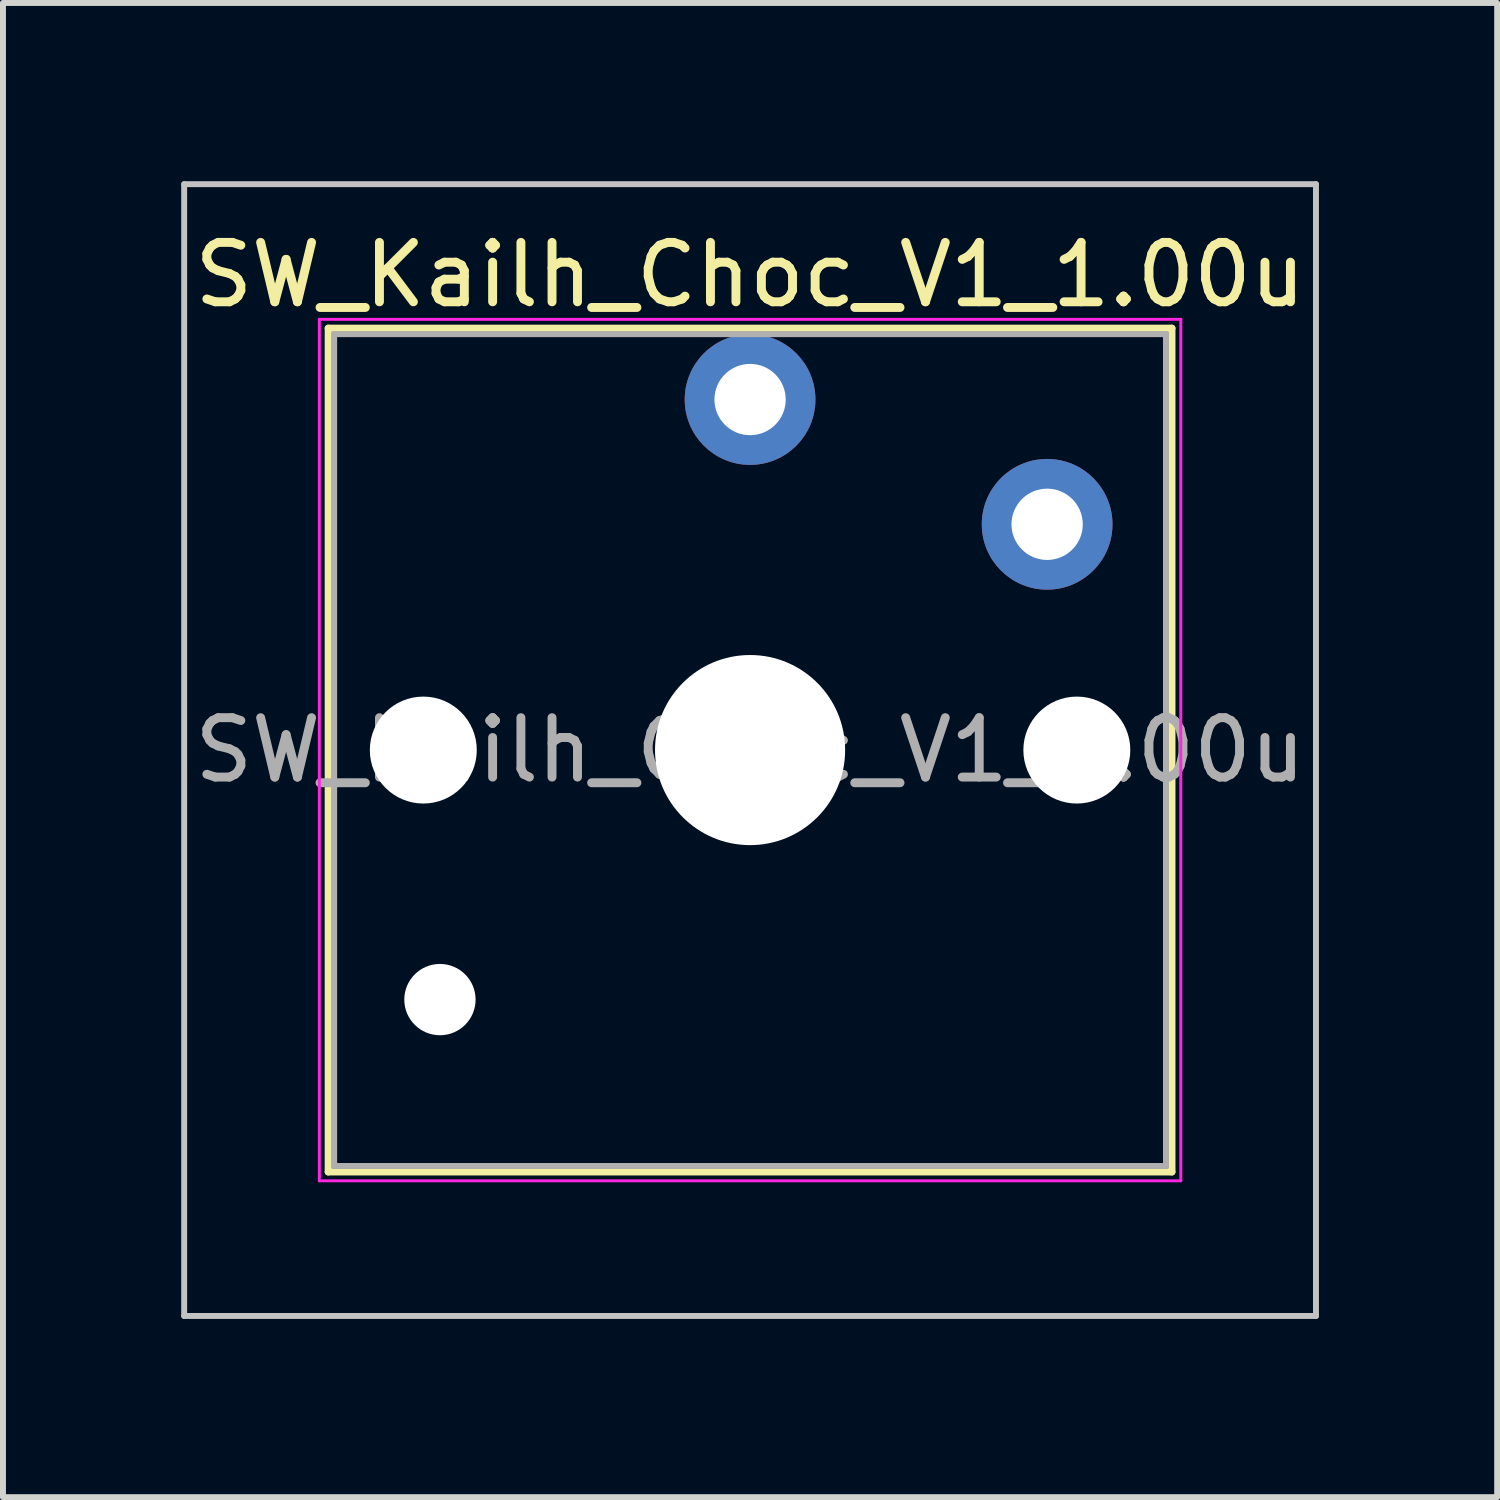
<source format=kicad_pcb>
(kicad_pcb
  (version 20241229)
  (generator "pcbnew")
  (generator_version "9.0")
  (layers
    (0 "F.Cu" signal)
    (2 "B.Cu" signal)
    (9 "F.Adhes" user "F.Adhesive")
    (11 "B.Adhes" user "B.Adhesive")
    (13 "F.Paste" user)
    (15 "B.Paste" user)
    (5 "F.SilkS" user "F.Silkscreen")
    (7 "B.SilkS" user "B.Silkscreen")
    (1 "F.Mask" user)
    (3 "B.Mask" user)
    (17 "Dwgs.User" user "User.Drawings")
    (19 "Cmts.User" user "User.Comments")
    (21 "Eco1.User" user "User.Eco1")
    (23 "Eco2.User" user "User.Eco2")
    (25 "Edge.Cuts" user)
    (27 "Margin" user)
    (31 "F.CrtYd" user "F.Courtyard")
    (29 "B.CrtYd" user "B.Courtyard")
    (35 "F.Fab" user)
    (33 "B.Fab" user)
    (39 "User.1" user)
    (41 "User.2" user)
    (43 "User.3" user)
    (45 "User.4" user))
  (footprint "SW_Kailh_Choc_V1_1.00u"
    (layer "F.Cu")
    (at 9.575 9.575)
    (property "Reference" "SW_Kailh_Choc_V1_1.00u" (at 0 -8 0) (layer "F.SilkS") (effects (font (size 1 1) (thickness 0.15))))
    (attr through_hole)
    (fp_line (start -7.1 -7.1) (end -7.1 7.1) (stroke (width 0.12) (type solid)) (layer "F.SilkS"))
    (fp_line (start -7.1 7.1) (end 7.1 7.1) (stroke (width 0.12) (type solid)) (layer "F.SilkS"))
    (fp_line (start 7.1 -7.1) (end -7.1 -7.1) (stroke (width 0.12) (type solid)) (layer "F.SilkS"))
    (fp_line (start 7.1 7.1) (end 7.1 -7.1) (stroke (width 0.12) (type solid)) (layer "F.SilkS"))
    (fp_line (start -9.525 -9.525) (end -9.525 9.525) (stroke (width 0.1) (type solid)) (layer "Dwgs.User"))
    (fp_line (start -9.525 -9.525) (end 9.525 -9.525) (stroke (width 0.1) (type solid)) (layer "Dwgs.User"))
    (fp_line (start -9.525 9.525) (end 9.525 9.525) (stroke (width 0.1) (type solid)) (layer "Dwgs.User"))
    (fp_line (start 9.525 9.525) (end 9.525 -9.525) (stroke (width 0.1) (type solid)) (layer "Dwgs.User"))
    (fp_line (start -7.25 -7.25) (end -7.25 7.25) (stroke (width 0.05) (type solid)) (layer "F.CrtYd"))
    (fp_line (start -7.25 7.25) (end 7.25 7.25) (stroke (width 0.05) (type solid)) (layer "F.CrtYd"))
    (fp_line (start 7.25 -7.25) (end -7.25 -7.25) (stroke (width 0.05) (type solid)) (layer "F.CrtYd"))
    (fp_line (start 7.25 7.25) (end 7.25 -7.25) (stroke (width 0.05) (type solid)) (layer "F.CrtYd"))
    (fp_line (start -7 -7) (end -7 7) (stroke (width 0.1) (type solid)) (layer "F.Fab"))
    (fp_line (start -7 7) (end 7 7) (stroke (width 0.1) (type solid)) (layer "F.Fab"))
    (fp_line (start 7 -7) (end -7 -7) (stroke (width 0.1) (type solid)) (layer "F.Fab"))
    (fp_line (start 7 7) (end 7 -7) (stroke (width 0.1) (type solid)) (layer "F.Fab"))
    (fp_text user "${REFERENCE}" (at 0 0 0) (layer "F.Fab") (effects (font (size 1 1) (thickness 0.15))))
    (pad "" np_thru_hole circle (at -5.5 0) (size 1.8 1.8) (drill 1.8) (layers "*.Cu" "*.Mask"))
    (pad "" np_thru_hole circle (at -5.22 4.2) (size 1.2 1.2) (drill 1.2) (layers "*.Cu" "*.Mask"))
    (pad "" np_thru_hole circle (at 0 0) (size 3.2 3.2) (drill 3.2) (layers "*.Cu" "*.Mask"))
    (pad "" np_thru_hole circle (at 5.5 0) (size 1.8 1.8) (drill 1.8) (layers "*.Cu" "*.Mask"))
    (pad "1" thru_hole circle (at 0 -5.9) (size 2.2 2.2) (drill 1.2) (layers "*.Cu" "B.Mask"))
    (pad "2" thru_hole circle (at 5 -3.8) (size 2.2 2.2) (drill 1.2) (layers "*.Cu" "B.Mask")))
  (gr_rect
    (start -3 -3)
    (end 22.15 22.15)
    (stroke (width 0.1) (type default))
    (fill no)
    (layer "Edge.Cuts")))
</source>
